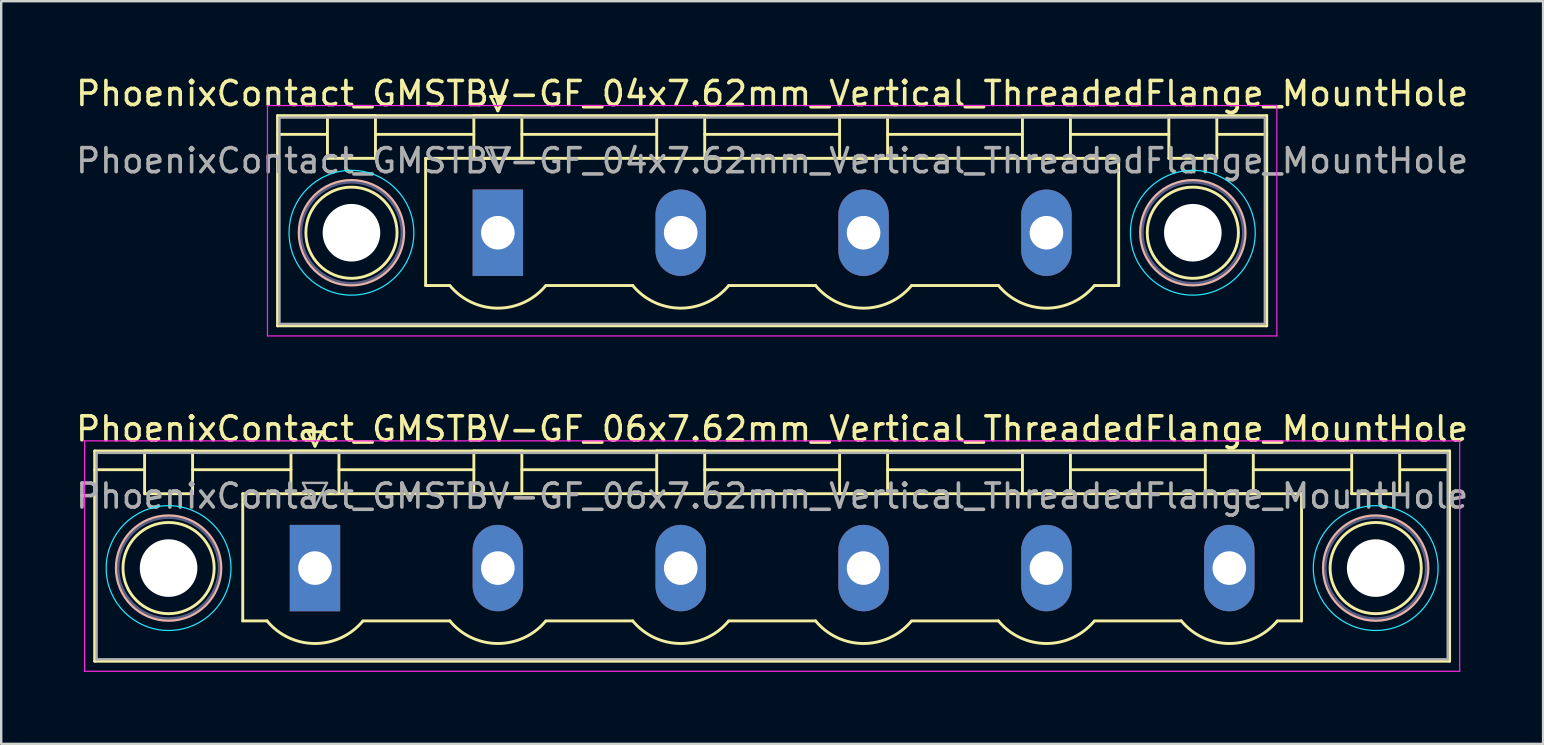
<source format=kicad_pcb>
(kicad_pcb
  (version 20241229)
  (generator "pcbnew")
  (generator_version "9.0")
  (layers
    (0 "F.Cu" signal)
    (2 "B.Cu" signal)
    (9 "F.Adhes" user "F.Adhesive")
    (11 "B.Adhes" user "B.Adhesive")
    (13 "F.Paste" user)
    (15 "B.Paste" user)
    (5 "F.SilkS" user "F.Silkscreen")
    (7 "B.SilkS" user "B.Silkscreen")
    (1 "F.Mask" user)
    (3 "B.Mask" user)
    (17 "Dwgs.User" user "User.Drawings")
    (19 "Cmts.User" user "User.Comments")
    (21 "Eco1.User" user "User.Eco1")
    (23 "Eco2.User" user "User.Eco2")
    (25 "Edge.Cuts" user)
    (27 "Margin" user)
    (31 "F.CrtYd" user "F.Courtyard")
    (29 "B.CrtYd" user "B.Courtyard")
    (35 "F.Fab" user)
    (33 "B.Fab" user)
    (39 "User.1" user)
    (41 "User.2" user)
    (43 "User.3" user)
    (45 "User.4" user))
  (footprint "PhoenixContact_GMSTBV-GF_06x7.62mm_Vertical_ThreadedFlange_MountHole"
    (layer "F.Cu")
    (at 10.075 20.622)
    (property "Reference" "PhoenixContact_GMSTBV-GF_06x7.62mm_Vertical_ThreadedFlange_MountHole" (at 19.05 -5.8 0) (layer "F.SilkS") (effects (font (size 1 1) (thickness 0.15))))
    (attr through_hole)
    (fp_line (start -9.18 -4.88) (end -9.18 3.88) (stroke (width 0.12) (type solid)) (layer "F.SilkS"))
    (fp_line (start -9.18 -4.1) (end -7.18 -4.1) (stroke (width 0.12) (type solid)) (layer "F.SilkS"))
    (fp_line (start -9.18 3.88) (end 47.28 3.88) (stroke (width 0.12) (type solid)) (layer "F.SilkS"))
    (fp_line (start -7.1 -4.88) (end -5.1 -4.88) (stroke (width 0.12) (type solid)) (layer "F.SilkS"))
    (fp_line (start -7.1 -3.1) (end -7.1 -4.88) (stroke (width 0.12) (type solid)) (layer "F.SilkS"))
    (fp_line (start -5.1 -4.88) (end -5.1 -3.1) (stroke (width 0.12) (type solid)) (layer "F.SilkS"))
    (fp_line (start -5.1 -4.1) (end -1 -4.1) (stroke (width 0.12) (type solid)) (layer "F.SilkS"))
    (fp_line (start -5.1 -3.1) (end -7.1 -3.1) (stroke (width 0.12) (type solid)) (layer "F.SilkS"))
    (fp_line (start -3.01 -3.1) (end 41.11 -3.1) (stroke (width 0.12) (type solid)) (layer "F.SilkS"))
    (fp_line (start -3.01 2.2) (end -3.01 -3.1) (stroke (width 0.12) (type solid)) (layer "F.SilkS"))
    (fp_line (start -2 2.2) (end -3.01 2.2) (stroke (width 0.12) (type solid)) (layer "F.SilkS"))
    (fp_line (start -1 -4.88) (end 1 -4.88) (stroke (width 0.12) (type solid)) (layer "F.SilkS"))
    (fp_line (start -1 -3.1) (end -1 -4.88) (stroke (width 0.12) (type solid)) (layer "F.SilkS"))
    (fp_line (start -0.3 -5.68) (end 0.3 -5.68) (stroke (width 0.12) (type solid)) (layer "F.SilkS"))
    (fp_line (start 0 -5.08) (end -0.3 -5.68) (stroke (width 0.12) (type solid)) (layer "F.SilkS"))
    (fp_line (start 0.3 -5.68) (end 0 -5.08) (stroke (width 0.12) (type solid)) (layer "F.SilkS"))
    (fp_line (start 1 -4.88) (end 1 -3.1) (stroke (width 0.12) (type solid)) (layer "F.SilkS"))
    (fp_line (start 1 -4.1) (end 6.62 -4.1) (stroke (width 0.12) (type solid)) (layer "F.SilkS"))
    (fp_line (start 1 -3.1) (end -1 -3.1) (stroke (width 0.12) (type solid)) (layer "F.SilkS"))
    (fp_line (start 2 2.2) (end 5.62 2.2) (stroke (width 0.12) (type solid)) (layer "F.SilkS"))
    (fp_line (start 6.62 -4.88) (end 8.62 -4.88) (stroke (width 0.12) (type solid)) (layer "F.SilkS"))
    (fp_line (start 6.62 -3.1) (end 6.62 -4.88) (stroke (width 0.12) (type solid)) (layer "F.SilkS"))
    (fp_line (start 8.62 -4.88) (end 8.62 -3.1) (stroke (width 0.12) (type solid)) (layer "F.SilkS"))
    (fp_line (start 8.62 -4.1) (end 14.24 -4.1) (stroke (width 0.12) (type solid)) (layer "F.SilkS"))
    (fp_line (start 8.62 -3.1) (end 6.62 -3.1) (stroke (width 0.12) (type solid)) (layer "F.SilkS"))
    (fp_line (start 9.62 2.2) (end 13.24 2.2) (stroke (width 0.12) (type solid)) (layer "F.SilkS"))
    (fp_line (start 14.24 -4.88) (end 16.24 -4.88) (stroke (width 0.12) (type solid)) (layer "F.SilkS"))
    (fp_line (start 14.24 -3.1) (end 14.24 -4.88) (stroke (width 0.12) (type solid)) (layer "F.SilkS"))
    (fp_line (start 16.24 -4.88) (end 16.24 -3.1) (stroke (width 0.12) (type solid)) (layer "F.SilkS"))
    (fp_line (start 16.24 -4.1) (end 21.86 -4.1) (stroke (width 0.12) (type solid)) (layer "F.SilkS"))
    (fp_line (start 16.24 -3.1) (end 14.24 -3.1) (stroke (width 0.12) (type solid)) (layer "F.SilkS"))
    (fp_line (start 17.24 2.2) (end 20.86 2.2) (stroke (width 0.12) (type solid)) (layer "F.SilkS"))
    (fp_line (start 21.86 -4.88) (end 23.86 -4.88) (stroke (width 0.12) (type solid)) (layer "F.SilkS"))
    (fp_line (start 21.86 -3.1) (end 21.86 -4.88) (stroke (width 0.12) (type solid)) (layer "F.SilkS"))
    (fp_line (start 23.86 -4.88) (end 23.86 -3.1) (stroke (width 0.12) (type solid)) (layer "F.SilkS"))
    (fp_line (start 23.86 -4.1) (end 29.48 -4.1) (stroke (width 0.12) (type solid)) (layer "F.SilkS"))
    (fp_line (start 23.86 -3.1) (end 21.86 -3.1) (stroke (width 0.12) (type solid)) (layer "F.SilkS"))
    (fp_line (start 24.86 2.2) (end 28.48 2.2) (stroke (width 0.12) (type solid)) (layer "F.SilkS"))
    (fp_line (start 29.48 -4.88) (end 31.48 -4.88) (stroke (width 0.12) (type solid)) (layer "F.SilkS"))
    (fp_line (start 29.48 -3.1) (end 29.48 -4.88) (stroke (width 0.12) (type solid)) (layer "F.SilkS"))
    (fp_line (start 31.48 -4.88) (end 31.48 -3.1) (stroke (width 0.12) (type solid)) (layer "F.SilkS"))
    (fp_line (start 31.48 -4.1) (end 37.1 -4.1) (stroke (width 0.12) (type solid)) (layer "F.SilkS"))
    (fp_line (start 31.48 -3.1) (end 29.48 -3.1) (stroke (width 0.12) (type solid)) (layer "F.SilkS"))
    (fp_line (start 32.48 2.2) (end 36.1 2.2) (stroke (width 0.12) (type solid)) (layer "F.SilkS"))
    (fp_line (start 37.1 -4.88) (end 39.1 -4.88) (stroke (width 0.12) (type solid)) (layer "F.SilkS"))
    (fp_line (start 37.1 -3.1) (end 37.1 -4.88) (stroke (width 0.12) (type solid)) (layer "F.SilkS"))
    (fp_line (start 39.1 -4.88) (end 39.1 -3.1) (stroke (width 0.12) (type solid)) (layer "F.SilkS"))
    (fp_line (start 39.1 -4.1) (end 43.2 -4.1) (stroke (width 0.12) (type solid)) (layer "F.SilkS"))
    (fp_line (start 39.1 -3.1) (end 37.1 -3.1) (stroke (width 0.12) (type solid)) (layer "F.SilkS"))
    (fp_line (start 41.11 -3.1) (end 41.11 2.2) (stroke (width 0.12) (type solid)) (layer "F.SilkS"))
    (fp_line (start 41.11 2.2) (end 40.1 2.2) (stroke (width 0.12) (type solid)) (layer "F.SilkS"))
    (fp_line (start 43.2 -4.88) (end 45.2 -4.88) (stroke (width 0.12) (type solid)) (layer "F.SilkS"))
    (fp_line (start 43.2 -3.1) (end 43.2 -4.88) (stroke (width 0.12) (type solid)) (layer "F.SilkS"))
    (fp_line (start 45.2 -4.88) (end 45.2 -3.1) (stroke (width 0.12) (type solid)) (layer "F.SilkS"))
    (fp_line (start 45.2 -3.1) (end 43.2 -3.1) (stroke (width 0.12) (type solid)) (layer "F.SilkS"))
    (fp_line (start 47.28 -4.88) (end -9.18 -4.88) (stroke (width 0.12) (type solid)) (layer "F.SilkS"))
    (fp_line (start 47.28 -4.1) (end 45.28 -4.1) (stroke (width 0.12) (type solid)) (layer "F.SilkS"))
    (fp_line (start 47.28 3.88) (end 47.28 -4.88) (stroke (width 0.12) (type solid)) (layer "F.SilkS"))
    (fp_arc (start 1.986842 2.215821) (mid -0.010289 3.142758) (end -2 2.2) (stroke (width 0.12) (type solid)) (layer "F.SilkS"))
    (fp_arc (start 9.606842 2.215821) (mid 7.609711 3.142758) (end 5.62 2.2) (stroke (width 0.12) (type solid)) (layer "F.SilkS"))
    (fp_arc (start 17.226842 2.215821) (mid 15.229711 3.142758) (end 13.24 2.2) (stroke (width 0.12) (type solid)) (layer "F.SilkS"))
    (fp_arc (start 24.846842 2.215821) (mid 22.849711 3.142758) (end 20.86 2.2) (stroke (width 0.12) (type solid)) (layer "F.SilkS"))
    (fp_arc (start 32.466842 2.215821) (mid 30.469711 3.142758) (end 28.48 2.2) (stroke (width 0.12) (type solid)) (layer "F.SilkS"))
    (fp_arc (start 40.086842 2.215821) (mid 38.089711 3.142758) (end 36.1 2.2) (stroke (width 0.12) (type solid)) (layer "F.SilkS"))
    (fp_circle (center -6.1 0) (end -4.2 0) (stroke (width 0.12) (type solid)) (fill no) (layer "F.SilkS"))
    (fp_circle (center 44.2 0) (end 46.1 0) (stroke (width 0.12) (type solid)) (fill no) (layer "F.SilkS"))
    (fp_circle (center -6.1 0) (end -3.92 0) (stroke (width 0.12) (type solid)) (fill no) (layer "B.SilkS"))
    (fp_circle (center 44.2 0) (end 46.38 0) (stroke (width 0.12) (type solid)) (fill no) (layer "B.SilkS"))
    (fp_circle (center -6.1 0) (end -3.5 0) (stroke (width 0.05) (type solid)) (fill no) (layer "B.CrtYd"))
    (fp_circle (center 44.2 0) (end 46.8 0) (stroke (width 0.05) (type solid)) (fill no) (layer "B.CrtYd"))
    (fp_line (start -9.6 -5.3) (end -9.6 4.3) (stroke (width 0.05) (type solid)) (layer "F.CrtYd"))
    (fp_line (start -9.6 4.3) (end 47.7 4.3) (stroke (width 0.05) (type solid)) (layer "F.CrtYd"))
    (fp_line (start 47.7 -5.3) (end -9.6 -5.3) (stroke (width 0.05) (type solid)) (layer "F.CrtYd"))
    (fp_line (start 47.7 4.3) (end 47.7 -5.3) (stroke (width 0.05) (type solid)) (layer "F.CrtYd"))
    (fp_circle (center -6.1 0) (end -4 0) (stroke (width 0.1) (type solid)) (fill no) (layer "B.Fab"))
    (fp_circle (center 44.2 0) (end 46.3 0) (stroke (width 0.1) (type solid)) (fill no) (layer "B.Fab"))
    (fp_line (start -9.1 -4.8) (end -9.1 3.8) (stroke (width 0.1) (type solid)) (layer "F.Fab"))
    (fp_line (start -9.1 3.8) (end 47.2 3.8) (stroke (width 0.1) (type solid)) (layer "F.Fab"))
    (fp_line (start -0.5 -3.55) (end 0.5 -3.55) (stroke (width 0.1) (type solid)) (layer "F.Fab"))
    (fp_line (start 0 -2.55) (end -0.5 -3.55) (stroke (width 0.1) (type solid)) (layer "F.Fab"))
    (fp_line (start 0.5 -3.55) (end 0 -2.55) (stroke (width 0.1) (type solid)) (layer "F.Fab"))
    (fp_line (start 47.2 -4.8) (end -9.1 -4.8) (stroke (width 0.1) (type solid)) (layer "F.Fab"))
    (fp_line (start 47.2 3.8) (end 47.2 -4.8) (stroke (width 0.1) (type solid)) (layer "F.Fab"))
    (fp_text user "${REFERENCE}" (at 19.05 -3 0) (layer "F.Fab") (effects (font (size 1 1) (thickness 0.15))))
    (pad "" np_thru_hole circle (at -6.1 0) (size 2.4 2.4) (drill 2.4) (layers "*.Cu" "*.Mask"))
    (pad "" np_thru_hole circle (at 44.2 0) (size 2.4 2.4) (drill 2.4) (layers "*.Cu" "*.Mask"))
    (pad "1" thru_hole rect (at 0 0) (size 2.1 3.6) (drill 1.4) (layers "*.Cu" "*.Mask"))
    (pad "2" thru_hole oval (at 7.62 0) (size 2.1 3.6) (drill 1.4) (layers "*.Cu" "*.Mask"))
    (pad "3" thru_hole oval (at 15.24 0) (size 2.1 3.6) (drill 1.4) (layers "*.Cu" "*.Mask"))
    (pad "4" thru_hole oval (at 22.86 0) (size 2.1 3.6) (drill 1.4) (layers "*.Cu" "*.Mask"))
    (pad "5" thru_hole oval (at 30.48 0) (size 2.1 3.6) (drill 1.4) (layers "*.Cu" "*.Mask"))
    (pad "6" thru_hole oval (at 38.1 0) (size 2.1 3.6) (drill 1.4) (layers "*.Cu" "*.Mask")))
  (footprint "PhoenixContact_GMSTBV-GF_04x7.62mm_Vertical_ThreadedFlange_MountHole"
    (layer "F.Cu")
    (at 17.695 6.648)
    (property "Reference" "PhoenixContact_GMSTBV-GF_04x7.62mm_Vertical_ThreadedFlange_MountHole" (at 11.43 -5.8 0) (layer "F.SilkS") (effects (font (size 1 1) (thickness 0.15))))
    (attr through_hole)
    (fp_line (start -9.18 -4.88) (end -9.18 3.88) (stroke (width 0.12) (type solid)) (layer "F.SilkS"))
    (fp_line (start -9.18 -4.1) (end -7.18 -4.1) (stroke (width 0.12) (type solid)) (layer "F.SilkS"))
    (fp_line (start -9.18 3.88) (end 32.04 3.88) (stroke (width 0.12) (type solid)) (layer "F.SilkS"))
    (fp_line (start -7.1 -4.88) (end -5.1 -4.88) (stroke (width 0.12) (type solid)) (layer "F.SilkS"))
    (fp_line (start -7.1 -3.1) (end -7.1 -4.88) (stroke (width 0.12) (type solid)) (layer "F.SilkS"))
    (fp_line (start -5.1 -4.88) (end -5.1 -3.1) (stroke (width 0.12) (type solid)) (layer "F.SilkS"))
    (fp_line (start -5.1 -4.1) (end -1 -4.1) (stroke (width 0.12) (type solid)) (layer "F.SilkS"))
    (fp_line (start -5.1 -3.1) (end -7.1 -3.1) (stroke (width 0.12) (type solid)) (layer "F.SilkS"))
    (fp_line (start -3.01 -3.1) (end 25.87 -3.1) (stroke (width 0.12) (type solid)) (layer "F.SilkS"))
    (fp_line (start -3.01 2.2) (end -3.01 -3.1) (stroke (width 0.12) (type solid)) (layer "F.SilkS"))
    (fp_line (start -2 2.2) (end -3.01 2.2) (stroke (width 0.12) (type solid)) (layer "F.SilkS"))
    (fp_line (start -1 -4.88) (end 1 -4.88) (stroke (width 0.12) (type solid)) (layer "F.SilkS"))
    (fp_line (start -1 -3.1) (end -1 -4.88) (stroke (width 0.12) (type solid)) (layer "F.SilkS"))
    (fp_line (start -0.3 -5.68) (end 0.3 -5.68) (stroke (width 0.12) (type solid)) (layer "F.SilkS"))
    (fp_line (start 0 -5.08) (end -0.3 -5.68) (stroke (width 0.12) (type solid)) (layer "F.SilkS"))
    (fp_line (start 0.3 -5.68) (end 0 -5.08) (stroke (width 0.12) (type solid)) (layer "F.SilkS"))
    (fp_line (start 1 -4.88) (end 1 -3.1) (stroke (width 0.12) (type solid)) (layer "F.SilkS"))
    (fp_line (start 1 -4.1) (end 6.62 -4.1) (stroke (width 0.12) (type solid)) (layer "F.SilkS"))
    (fp_line (start 1 -3.1) (end -1 -3.1) (stroke (width 0.12) (type solid)) (layer "F.SilkS"))
    (fp_line (start 2 2.2) (end 5.62 2.2) (stroke (width 0.12) (type solid)) (layer "F.SilkS"))
    (fp_line (start 6.62 -4.88) (end 8.62 -4.88) (stroke (width 0.12) (type solid)) (layer "F.SilkS"))
    (fp_line (start 6.62 -3.1) (end 6.62 -4.88) (stroke (width 0.12) (type solid)) (layer "F.SilkS"))
    (fp_line (start 8.62 -4.88) (end 8.62 -3.1) (stroke (width 0.12) (type solid)) (layer "F.SilkS"))
    (fp_line (start 8.62 -4.1) (end 14.24 -4.1) (stroke (width 0.12) (type solid)) (layer "F.SilkS"))
    (fp_line (start 8.62 -3.1) (end 6.62 -3.1) (stroke (width 0.12) (type solid)) (layer "F.SilkS"))
    (fp_line (start 9.62 2.2) (end 13.24 2.2) (stroke (width 0.12) (type solid)) (layer "F.SilkS"))
    (fp_line (start 14.24 -4.88) (end 16.24 -4.88) (stroke (width 0.12) (type solid)) (layer "F.SilkS"))
    (fp_line (start 14.24 -3.1) (end 14.24 -4.88) (stroke (width 0.12) (type solid)) (layer "F.SilkS"))
    (fp_line (start 16.24 -4.88) (end 16.24 -3.1) (stroke (width 0.12) (type solid)) (layer "F.SilkS"))
    (fp_line (start 16.24 -4.1) (end 21.86 -4.1) (stroke (width 0.12) (type solid)) (layer "F.SilkS"))
    (fp_line (start 16.24 -3.1) (end 14.24 -3.1) (stroke (width 0.12) (type solid)) (layer "F.SilkS"))
    (fp_line (start 17.24 2.2) (end 20.86 2.2) (stroke (width 0.12) (type solid)) (layer "F.SilkS"))
    (fp_line (start 21.86 -4.88) (end 23.86 -4.88) (stroke (width 0.12) (type solid)) (layer "F.SilkS"))
    (fp_line (start 21.86 -3.1) (end 21.86 -4.88) (stroke (width 0.12) (type solid)) (layer "F.SilkS"))
    (fp_line (start 23.86 -4.88) (end 23.86 -3.1) (stroke (width 0.12) (type solid)) (layer "F.SilkS"))
    (fp_line (start 23.86 -4.1) (end 27.96 -4.1) (stroke (width 0.12) (type solid)) (layer "F.SilkS"))
    (fp_line (start 23.86 -3.1) (end 21.86 -3.1) (stroke (width 0.12) (type solid)) (layer "F.SilkS"))
    (fp_line (start 25.87 -3.1) (end 25.87 2.2) (stroke (width 0.12) (type solid)) (layer "F.SilkS"))
    (fp_line (start 25.87 2.2) (end 24.86 2.2) (stroke (width 0.12) (type solid)) (layer "F.SilkS"))
    (fp_line (start 27.96 -4.88) (end 29.96 -4.88) (stroke (width 0.12) (type solid)) (layer "F.SilkS"))
    (fp_line (start 27.96 -3.1) (end 27.96 -4.88) (stroke (width 0.12) (type solid)) (layer "F.SilkS"))
    (fp_line (start 29.96 -4.88) (end 29.96 -3.1) (stroke (width 0.12) (type solid)) (layer "F.SilkS"))
    (fp_line (start 29.96 -3.1) (end 27.96 -3.1) (stroke (width 0.12) (type solid)) (layer "F.SilkS"))
    (fp_line (start 32.04 -4.88) (end -9.18 -4.88) (stroke (width 0.12) (type solid)) (layer "F.SilkS"))
    (fp_line (start 32.04 -4.1) (end 30.04 -4.1) (stroke (width 0.12) (type solid)) (layer "F.SilkS"))
    (fp_line (start 32.04 3.88) (end 32.04 -4.88) (stroke (width 0.12) (type solid)) (layer "F.SilkS"))
    (fp_arc (start 1.986842 2.215821) (mid -0.010289 3.142758) (end -2 2.2) (stroke (width 0.12) (type solid)) (layer "F.SilkS"))
    (fp_arc (start 9.606842 2.215821) (mid 7.609711 3.142758) (end 5.62 2.2) (stroke (width 0.12) (type solid)) (layer "F.SilkS"))
    (fp_arc (start 17.226842 2.215821) (mid 15.229711 3.142758) (end 13.24 2.2) (stroke (width 0.12) (type solid)) (layer "F.SilkS"))
    (fp_arc (start 24.846842 2.215821) (mid 22.849711 3.142758) (end 20.86 2.2) (stroke (width 0.12) (type solid)) (layer "F.SilkS"))
    (fp_circle (center -6.1 0) (end -4.2 0) (stroke (width 0.12) (type solid)) (fill no) (layer "F.SilkS"))
    (fp_circle (center 28.96 0) (end 30.86 0) (stroke (width 0.12) (type solid)) (fill no) (layer "F.SilkS"))
    (fp_circle (center -6.1 0) (end -3.92 0) (stroke (width 0.12) (type solid)) (fill no) (layer "B.SilkS"))
    (fp_circle (center 28.96 0) (end 31.14 0) (stroke (width 0.12) (type solid)) (fill no) (layer "B.SilkS"))
    (fp_circle (center -6.1 0) (end -3.5 0) (stroke (width 0.05) (type solid)) (fill no) (layer "B.CrtYd"))
    (fp_circle (center 28.96 0) (end 31.56 0) (stroke (width 0.05) (type solid)) (fill no) (layer "B.CrtYd"))
    (fp_line (start -9.6 -5.3) (end -9.6 4.3) (stroke (width 0.05) (type solid)) (layer "F.CrtYd"))
    (fp_line (start -9.6 4.3) (end 32.46 4.3) (stroke (width 0.05) (type solid)) (layer "F.CrtYd"))
    (fp_line (start 32.46 -5.3) (end -9.6 -5.3) (stroke (width 0.05) (type solid)) (layer "F.CrtYd"))
    (fp_line (start 32.46 4.3) (end 32.46 -5.3) (stroke (width 0.05) (type solid)) (layer "F.CrtYd"))
    (fp_circle (center -6.1 0) (end -4 0) (stroke (width 0.1) (type solid)) (fill no) (layer "B.Fab"))
    (fp_circle (center 28.96 0) (end 31.06 0) (stroke (width 0.1) (type solid)) (fill no) (layer "B.Fab"))
    (fp_line (start -9.1 -4.8) (end -9.1 3.8) (stroke (width 0.1) (type solid)) (layer "F.Fab"))
    (fp_line (start -9.1 3.8) (end 31.96 3.8) (stroke (width 0.1) (type solid)) (layer "F.Fab"))
    (fp_line (start -0.5 -3.55) (end 0.5 -3.55) (stroke (width 0.1) (type solid)) (layer "F.Fab"))
    (fp_line (start 0 -2.55) (end -0.5 -3.55) (stroke (width 0.1) (type solid)) (layer "F.Fab"))
    (fp_line (start 0.5 -3.55) (end 0 -2.55) (stroke (width 0.1) (type solid)) (layer "F.Fab"))
    (fp_line (start 31.96 -4.8) (end -9.1 -4.8) (stroke (width 0.1) (type solid)) (layer "F.Fab"))
    (fp_line (start 31.96 3.8) (end 31.96 -4.8) (stroke (width 0.1) (type solid)) (layer "F.Fab"))
    (fp_text user "${REFERENCE}" (at 11.43 -3 0) (layer "F.Fab") (effects (font (size 1 1) (thickness 0.15))))
    (pad "" np_thru_hole circle (at -6.1 0) (size 2.4 2.4) (drill 2.4) (layers "*.Cu" "*.Mask"))
    (pad "" np_thru_hole circle (at 28.96 0) (size 2.4 2.4) (drill 2.4) (layers "*.Cu" "*.Mask"))
    (pad "1" thru_hole rect (at 0 0) (size 2.1 3.6) (drill 1.4) (layers "*.Cu" "*.Mask"))
    (pad "2" thru_hole oval (at 7.62 0) (size 2.1 3.6) (drill 1.4) (layers "*.Cu" "*.Mask"))
    (pad "3" thru_hole oval (at 15.24 0) (size 2.1 3.6) (drill 1.4) (layers "*.Cu" "*.Mask"))
    (pad "4" thru_hole oval (at 22.86 0) (size 2.1 3.6) (drill 1.4) (layers "*.Cu" "*.Mask")))
  (gr_rect
    (start -3 -3)
    (end 61.25 27.947)
    (stroke (width 0.1) (type default))
    (fill no)
    (layer "Edge.Cuts")))
</source>
